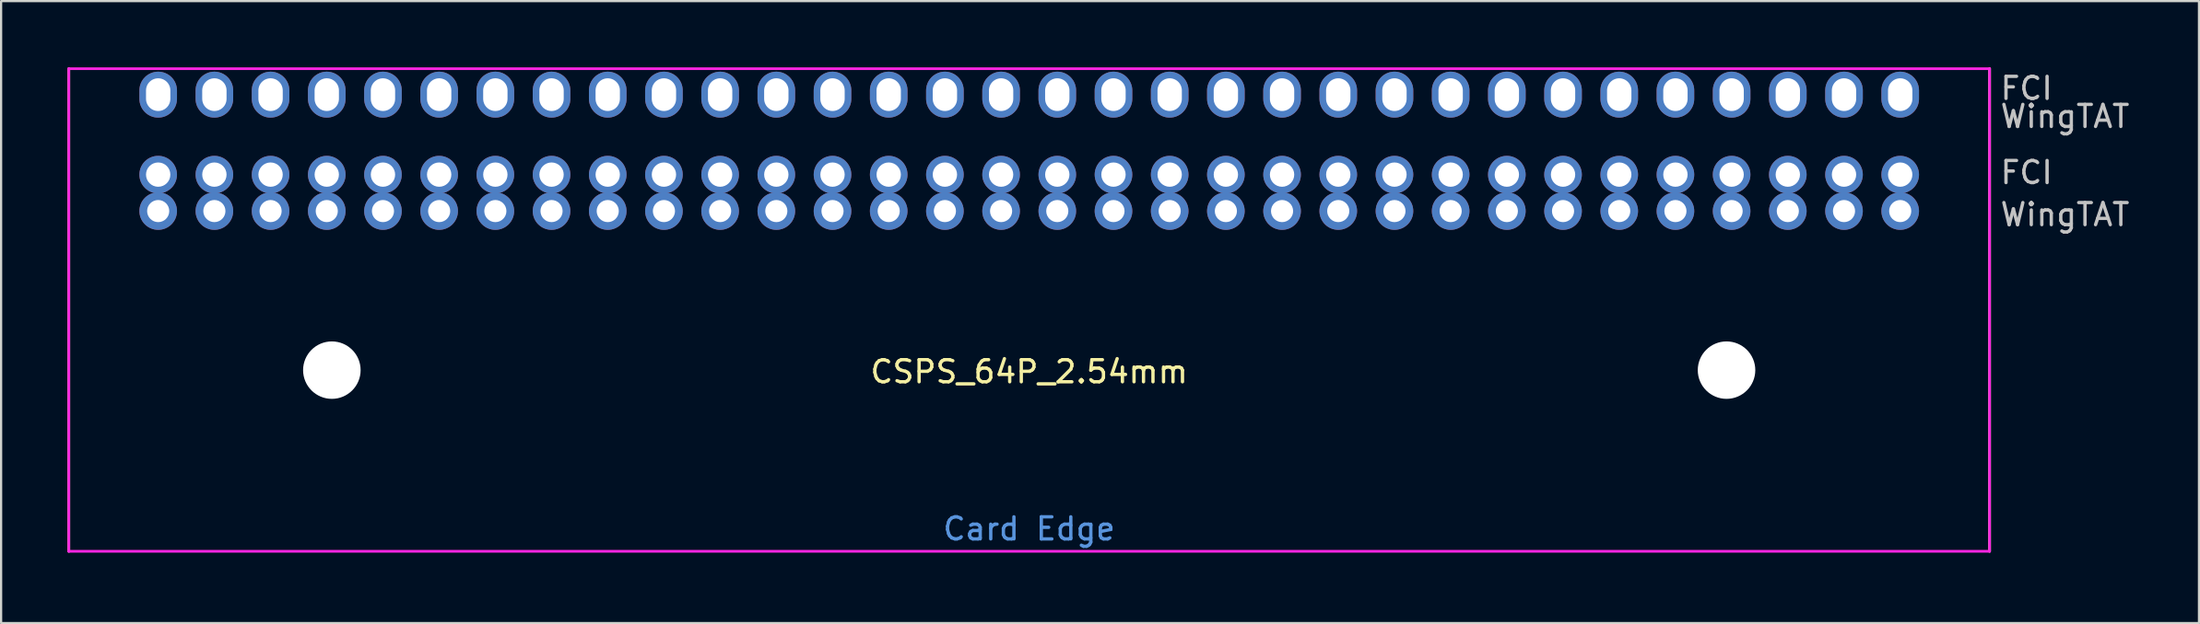
<source format=kicad_pcb>
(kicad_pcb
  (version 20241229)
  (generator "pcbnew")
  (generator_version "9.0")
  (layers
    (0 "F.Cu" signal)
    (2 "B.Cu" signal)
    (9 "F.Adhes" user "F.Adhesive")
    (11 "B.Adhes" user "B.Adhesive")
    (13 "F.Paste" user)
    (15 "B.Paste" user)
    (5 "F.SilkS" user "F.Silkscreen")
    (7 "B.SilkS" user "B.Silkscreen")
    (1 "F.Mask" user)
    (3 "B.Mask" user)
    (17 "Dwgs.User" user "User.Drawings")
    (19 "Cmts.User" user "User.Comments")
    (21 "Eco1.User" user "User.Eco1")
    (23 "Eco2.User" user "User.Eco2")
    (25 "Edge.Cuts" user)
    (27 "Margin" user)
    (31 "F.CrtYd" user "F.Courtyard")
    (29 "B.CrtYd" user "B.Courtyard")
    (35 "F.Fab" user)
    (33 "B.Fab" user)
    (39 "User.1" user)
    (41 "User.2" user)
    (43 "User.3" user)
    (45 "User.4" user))
  (footprint "CSPS_64P_2.54mm"
    (layer "F.Cu")
    (at 43.47 21.904)
    (property "Reference" "CSPS_64P_2.54mm" (at 0 -8.128 0) (layer "F.SilkS") (effects (font (size 1 1) (thickness 0.15))))
    (attr through_hole)
    (fp_line (start -43.41 0) (end -43.41 -21.844) (stroke (width 0.12) (type solid)) (layer "F.SilkS"))
    (fp_line (start 43.41 -21.844) (end 43.41 0) (stroke (width 0.12) (type solid)) (layer "F.SilkS"))
    (fp_line (start -43.41 -21.844) (end 43.41 -21.844) (stroke (width 0.12) (type solid)) (layer "F.CrtYd"))
    (fp_line (start -43.41 0) (end -43.41 -21.844) (stroke (width 0.12) (type solid)) (layer "F.CrtYd"))
    (fp_line (start -43.41 0) (end 43.41 0) (stroke (width 0.12) (type solid)) (layer "F.CrtYd"))
    (fp_line (start 43.41 -21.844) (end 43.41 0) (stroke (width 0.12) (type solid)) (layer "F.CrtYd"))
    (fp_text user "FCI" (at 43.815 -20.955 0) (layer "Dwgs.User") (effects (font (size 1 1) (thickness 0.15)) (justify left)))
    (fp_text user "WingTAT" (at 43.815 -19.685 0) (layer "Dwgs.User") (effects (font (size 1 1) (thickness 0.15)) (justify left)))
    (fp_text user "WingTAT" (at 43.815 -15.24 0) (layer "Dwgs.User") (effects (font (size 1 1) (thickness 0.15)) (justify left)))
    (fp_text user "FCI" (at 43.815 -17.145 0) (layer "Dwgs.User") (effects (font (size 1 1) (thickness 0.15)) (justify left)))
    (fp_text user "Card Edge" (at 0 -1.016 0) (layer "Cmts.User") (effects (font (size 1 1) (thickness 0.15))))
    (pad "" np_thru_hole circle (at -31.52 -8.2) (size 2.6 2.6) (drill 2.6) (layers "*.Cu" "*.Mask"))
    (pad "" np_thru_hole circle (at 31.52 -8.2) (size 2.6 2.6) (drill 2.6) (layers "*.Cu" "*.Mask"))
    (pad "1" thru_hole circle (at -39.37 -17.05) (size 1.7 1.7) (drill 1.1) (layers "*.Cu" "*.Mask"))
    (pad "1" thru_hole circle (at -39.37 -15.4) (size 1.7 1.7) (drill 1) (layers "*.Cu" "*.Mask"))
    (pad "2" thru_hole circle (at -36.83 -17.05) (size 1.7 1.7) (drill 1.1) (layers "*.Cu" "*.Mask"))
    (pad "2" thru_hole circle (at -36.83 -15.4) (size 1.7 1.7) (drill 1) (layers "*.Cu" "*.Mask"))
    (pad "3" thru_hole circle (at -34.29 -17.05) (size 1.7 1.7) (drill 1.1) (layers "*.Cu" "*.Mask"))
    (pad "3" thru_hole circle (at -34.29 -15.4) (size 1.7 1.7) (drill 1) (layers "*.Cu" "*.Mask"))
    (pad "4" thru_hole circle (at -31.75 -17.05) (size 1.7 1.7) (drill 1.1) (layers "*.Cu" "*.Mask"))
    (pad "4" thru_hole circle (at -31.75 -15.4) (size 1.7 1.7) (drill 1) (layers "*.Cu" "*.Mask"))
    (pad "5" thru_hole circle (at -29.21 -17.05) (size 1.7 1.7) (drill 1.1) (layers "*.Cu" "*.Mask"))
    (pad "5" thru_hole circle (at -29.21 -15.4) (size 1.7 1.7) (drill 1) (layers "*.Cu" "*.Mask"))
    (pad "6" thru_hole circle (at -26.67 -17.05) (size 1.7 1.7) (drill 1.1) (layers "*.Cu" "*.Mask"))
    (pad "6" thru_hole circle (at -26.67 -15.4) (size 1.7 1.7) (drill 1) (layers "*.Cu" "*.Mask"))
    (pad "7" thru_hole circle (at -24.13 -17.05) (size 1.7 1.7) (drill 1.1) (layers "*.Cu" "*.Mask"))
    (pad "7" thru_hole circle (at -24.13 -15.4) (size 1.7 1.7) (drill 1) (layers "*.Cu" "*.Mask"))
    (pad "8" thru_hole circle (at -21.59 -17.05) (size 1.7 1.7) (drill 1.1) (layers "*.Cu" "*.Mask"))
    (pad "8" thru_hole circle (at -21.59 -15.4) (size 1.7 1.7) (drill 1) (layers "*.Cu" "*.Mask"))
    (pad "9" thru_hole circle (at -19.05 -17.05) (size 1.7 1.7) (drill 1.1) (layers "*.Cu" "*.Mask"))
    (pad "9" thru_hole circle (at -19.05 -15.4) (size 1.7 1.7) (drill 1) (layers "*.Cu" "*.Mask"))
    (pad "10" thru_hole circle (at -16.51 -17.05) (size 1.7 1.7) (drill 1.1) (layers "*.Cu" "*.Mask"))
    (pad "10" thru_hole circle (at -16.51 -15.4) (size 1.7 1.7) (drill 1) (layers "*.Cu" "*.Mask"))
    (pad "11" thru_hole circle (at -13.97 -17.05) (size 1.7 1.7) (drill 1.1) (layers "*.Cu" "*.Mask"))
    (pad "11" thru_hole circle (at -13.97 -15.4) (size 1.7 1.7) (drill 1) (layers "*.Cu" "*.Mask"))
    (pad "12" thru_hole circle (at -11.43 -17.05) (size 1.7 1.7) (drill 1.1) (layers "*.Cu" "*.Mask"))
    (pad "12" thru_hole circle (at -11.43 -15.4) (size 1.7 1.7) (drill 1) (layers "*.Cu" "*.Mask"))
    (pad "13" thru_hole circle (at -8.89 -17.05) (size 1.7 1.7) (drill 1.1) (layers "*.Cu" "*.Mask"))
    (pad "13" thru_hole circle (at -8.89 -15.4) (size 1.7 1.7) (drill 1) (layers "*.Cu" "*.Mask"))
    (pad "14" thru_hole circle (at -6.35 -17.05) (size 1.7 1.7) (drill 1.1) (layers "*.Cu" "*.Mask"))
    (pad "14" thru_hole circle (at -6.35 -15.4) (size 1.7 1.7) (drill 1) (layers "*.Cu" "*.Mask"))
    (pad "15" thru_hole circle (at -3.81 -17.05) (size 1.7 1.7) (drill 1.1) (layers "*.Cu" "*.Mask"))
    (pad "15" thru_hole circle (at -3.81 -15.4) (size 1.7 1.7) (drill 1) (layers "*.Cu" "*.Mask"))
    (pad "16" thru_hole circle (at -1.27 -17.05) (size 1.7 1.7) (drill 1.1) (layers "*.Cu" "*.Mask"))
    (pad "16" thru_hole circle (at -1.27 -15.4) (size 1.7 1.7) (drill 1) (layers "*.Cu" "*.Mask"))
    (pad "17" thru_hole circle (at 1.27 -17.05) (size 1.7 1.7) (drill 1.1) (layers "*.Cu" "*.Mask"))
    (pad "17" thru_hole circle (at 1.27 -15.4) (size 1.7 1.7) (drill 1) (layers "*.Cu" "*.Mask"))
    (pad "18" thru_hole circle (at 3.81 -17.05) (size 1.7 1.7) (drill 1.1) (layers "*.Cu" "*.Mask"))
    (pad "18" thru_hole circle (at 3.81 -15.4) (size 1.7 1.7) (drill 1) (layers "*.Cu" "*.Mask"))
    (pad "19" thru_hole circle (at 6.35 -17.05) (size 1.7 1.7) (drill 1.1) (layers "*.Cu" "*.Mask"))
    (pad "19" thru_hole circle (at 6.35 -15.4) (size 1.7 1.7) (drill 1) (layers "*.Cu" "*.Mask"))
    (pad "20" thru_hole circle (at 8.89 -17.05) (size 1.7 1.7) (drill 1.1) (layers "*.Cu" "*.Mask"))
    (pad "20" thru_hole circle (at 8.89 -15.4) (size 1.7 1.7) (drill 1) (layers "*.Cu" "*.Mask"))
    (pad "21" thru_hole circle (at 11.43 -17.05) (size 1.7 1.7) (drill 1.1) (layers "*.Cu" "*.Mask"))
    (pad "21" thru_hole circle (at 11.43 -15.4) (size 1.7 1.7) (drill 1) (layers "*.Cu" "*.Mask"))
    (pad "22" thru_hole circle (at 13.97 -17.05) (size 1.7 1.7) (drill 1.1) (layers "*.Cu" "*.Mask"))
    (pad "22" thru_hole circle (at 13.97 -15.4) (size 1.7 1.7) (drill 1) (layers "*.Cu" "*.Mask"))
    (pad "23" thru_hole circle (at 16.51 -17.05) (size 1.7 1.7) (drill 1.1) (layers "*.Cu" "*.Mask"))
    (pad "23" thru_hole circle (at 16.51 -15.4) (size 1.7 1.7) (drill 1) (layers "*.Cu" "*.Mask"))
    (pad "24" thru_hole circle (at 19.05 -17.05) (size 1.7 1.7) (drill 1.1) (layers "*.Cu" "*.Mask"))
    (pad "24" thru_hole circle (at 19.05 -15.4) (size 1.7 1.7) (drill 1) (layers "*.Cu" "*.Mask"))
    (pad "25" thru_hole circle (at 21.59 -17.05) (size 1.7 1.7) (drill 1.1) (layers "*.Cu" "*.Mask"))
    (pad "25" thru_hole circle (at 21.59 -15.4) (size 1.7 1.7) (drill 1) (layers "*.Cu" "*.Mask"))
    (pad "26" thru_hole circle (at 24.13 -17.05) (size 1.7 1.7) (drill 1.1) (layers "*.Cu" "*.Mask"))
    (pad "26" thru_hole circle (at 24.13 -15.4) (size 1.7 1.7) (drill 1) (layers "*.Cu" "*.Mask"))
    (pad "27" thru_hole circle (at 26.67 -17.05) (size 1.7 1.7) (drill 1.1) (layers "*.Cu" "*.Mask"))
    (pad "27" thru_hole circle (at 26.67 -15.4) (size 1.7 1.7) (drill 1) (layers "*.Cu" "*.Mask"))
    (pad "28" thru_hole circle (at 29.21 -17.05) (size 1.7 1.7) (drill 1.1) (layers "*.Cu" "*.Mask"))
    (pad "28" thru_hole circle (at 29.21 -15.4) (size 1.7 1.7) (drill 1) (layers "*.Cu" "*.Mask"))
    (pad "29" thru_hole circle (at 31.75 -17.05) (size 1.7 1.7) (drill 1.1) (layers "*.Cu" "*.Mask"))
    (pad "29" thru_hole circle (at 31.75 -15.4) (size 1.7 1.7) (drill 1) (layers "*.Cu" "*.Mask"))
    (pad "30" thru_hole circle (at 34.29 -17.05) (size 1.7 1.7) (drill 1.1) (layers "*.Cu" "*.Mask"))
    (pad "30" thru_hole circle (at 34.29 -15.4) (size 1.7 1.7) (drill 1) (layers "*.Cu" "*.Mask"))
    (pad "31" thru_hole circle (at 36.83 -17.05) (size 1.7 1.7) (drill 1.1) (layers "*.Cu" "*.Mask"))
    (pad "31" thru_hole circle (at 36.83 -15.4) (size 1.7 1.7) (drill 1) (layers "*.Cu" "*.Mask"))
    (pad "32" thru_hole circle (at 39.37 -17.05) (size 1.7 1.7) (drill 1.1) (layers "*.Cu" "*.Mask"))
    (pad "32" thru_hole circle (at 39.37 -15.4) (size 1.7 1.7) (drill 1) (layers "*.Cu" "*.Mask"))
    (pad "33" thru_hole oval (at 39.37 -20.67) (size 1.7 2.08) (drill oval 1.1 1.48) (layers "*.Cu" "*.Mask"))
    (pad "34" thru_hole oval (at 36.83 -20.67) (size 1.7 2.08) (drill oval 1.1 1.48) (layers "*.Cu" "*.Mask"))
    (pad "35" thru_hole oval (at 34.29 -20.67) (size 1.7 2.08) (drill oval 1.1 1.48) (layers "*.Cu" "*.Mask"))
    (pad "36" thru_hole oval (at 31.75 -20.67) (size 1.7 2.08) (drill oval 1.1 1.48) (layers "*.Cu" "*.Mask"))
    (pad "37" thru_hole oval (at 29.21 -20.67) (size 1.7 2.08) (drill oval 1.1 1.48) (layers "*.Cu" "*.Mask"))
    (pad "38" thru_hole oval (at 26.67 -20.67) (size 1.7 2.08) (drill oval 1.1 1.48) (layers "*.Cu" "*.Mask"))
    (pad "39" thru_hole oval (at 24.13 -20.67) (size 1.7 2.08) (drill oval 1.1 1.48) (layers "*.Cu" "*.Mask"))
    (pad "40" thru_hole oval (at 21.59 -20.67) (size 1.7 2.08) (drill oval 1.1 1.48) (layers "*.Cu" "*.Mask"))
    (pad "41" thru_hole oval (at 19.05 -20.67) (size 1.7 2.08) (drill oval 1.1 1.48) (layers "*.Cu" "*.Mask"))
    (pad "42" thru_hole oval (at 16.51 -20.67) (size 1.7 2.08) (drill oval 1.1 1.48) (layers "*.Cu" "*.Mask"))
    (pad "43" thru_hole oval (at 13.97 -20.67) (size 1.7 2.08) (drill oval 1.1 1.48) (layers "*.Cu" "*.Mask"))
    (pad "44" thru_hole oval (at 11.43 -20.67) (size 1.7 2.08) (drill oval 1.1 1.48) (layers "*.Cu" "*.Mask"))
    (pad "45" thru_hole oval (at 8.89 -20.67) (size 1.7 2.08) (drill oval 1.1 1.48) (layers "*.Cu" "*.Mask"))
    (pad "46" thru_hole oval (at 6.35 -20.67) (size 1.7 2.08) (drill oval 1.1 1.48) (layers "*.Cu" "*.Mask"))
    (pad "47" thru_hole oval (at 3.81 -20.67) (size 1.7 2.08) (drill oval 1.1 1.48) (layers "*.Cu" "*.Mask"))
    (pad "48" thru_hole oval (at 1.27 -20.67) (size 1.7 2.08) (drill oval 1.1 1.48) (layers "*.Cu" "*.Mask"))
    (pad "49" thru_hole oval (at -1.27 -20.67) (size 1.7 2.08) (drill oval 1.1 1.48) (layers "*.Cu" "*.Mask"))
    (pad "50" thru_hole oval (at -3.81 -20.67) (size 1.7 2.08) (drill oval 1.1 1.48) (layers "*.Cu" "*.Mask"))
    (pad "51" thru_hole oval (at -6.35 -20.67) (size 1.7 2.08) (drill oval 1.1 1.48) (layers "*.Cu" "*.Mask"))
    (pad "52" thru_hole oval (at -8.89 -20.67) (size 1.7 2.08) (drill oval 1.1 1.48) (layers "*.Cu" "*.Mask"))
    (pad "53" thru_hole oval (at -11.43 -20.67) (size 1.7 2.08) (drill oval 1.1 1.48) (layers "*.Cu" "*.Mask"))
    (pad "54" thru_hole oval (at -13.97 -20.67) (size 1.7 2.08) (drill oval 1.1 1.48) (layers "*.Cu" "*.Mask"))
    (pad "55" thru_hole oval (at -16.51 -20.67) (size 1.7 2.08) (drill oval 1.1 1.48) (layers "*.Cu" "*.Mask"))
    (pad "56" thru_hole oval (at -19.05 -20.67) (size 1.7 2.08) (drill oval 1.1 1.48) (layers "*.Cu" "*.Mask"))
    (pad "57" thru_hole oval (at -21.59 -20.67) (size 1.7 2.08) (drill oval 1.1 1.48) (layers "*.Cu" "*.Mask"))
    (pad "58" thru_hole oval (at -24.13 -20.67) (size 1.7 2.08) (drill oval 1.1 1.48) (layers "*.Cu" "*.Mask"))
    (pad "59" thru_hole oval (at -26.67 -20.67) (size 1.7 2.08) (drill oval 1.1 1.48) (layers "*.Cu" "*.Mask"))
    (pad "60" thru_hole oval (at -29.21 -20.67) (size 1.7 2.08) (drill oval 1.1 1.48) (layers "*.Cu" "*.Mask"))
    (pad "61" thru_hole oval (at -31.75 -20.67) (size 1.7 2.08) (drill oval 1.1 1.48) (layers "*.Cu" "*.Mask"))
    (pad "62" thru_hole oval (at -34.29 -20.67) (size 1.7 2.08) (drill oval 1.1 1.48) (layers "*.Cu" "*.Mask"))
    (pad "63" thru_hole oval (at -36.83 -20.67) (size 1.7 2.08) (drill oval 1.1 1.48) (layers "*.Cu" "*.Mask"))
    (pad "64" thru_hole oval (at -39.37 -20.67) (size 1.7 2.08) (drill oval 1.1 1.48) (layers "*.Cu" "*.Mask")))
  (gr_rect
    (start -3 -3)
    (end 96.345 25.154)
    (stroke (width 0.1) (type default))
    (fill no)
    (layer "Edge.Cuts")))
</source>
